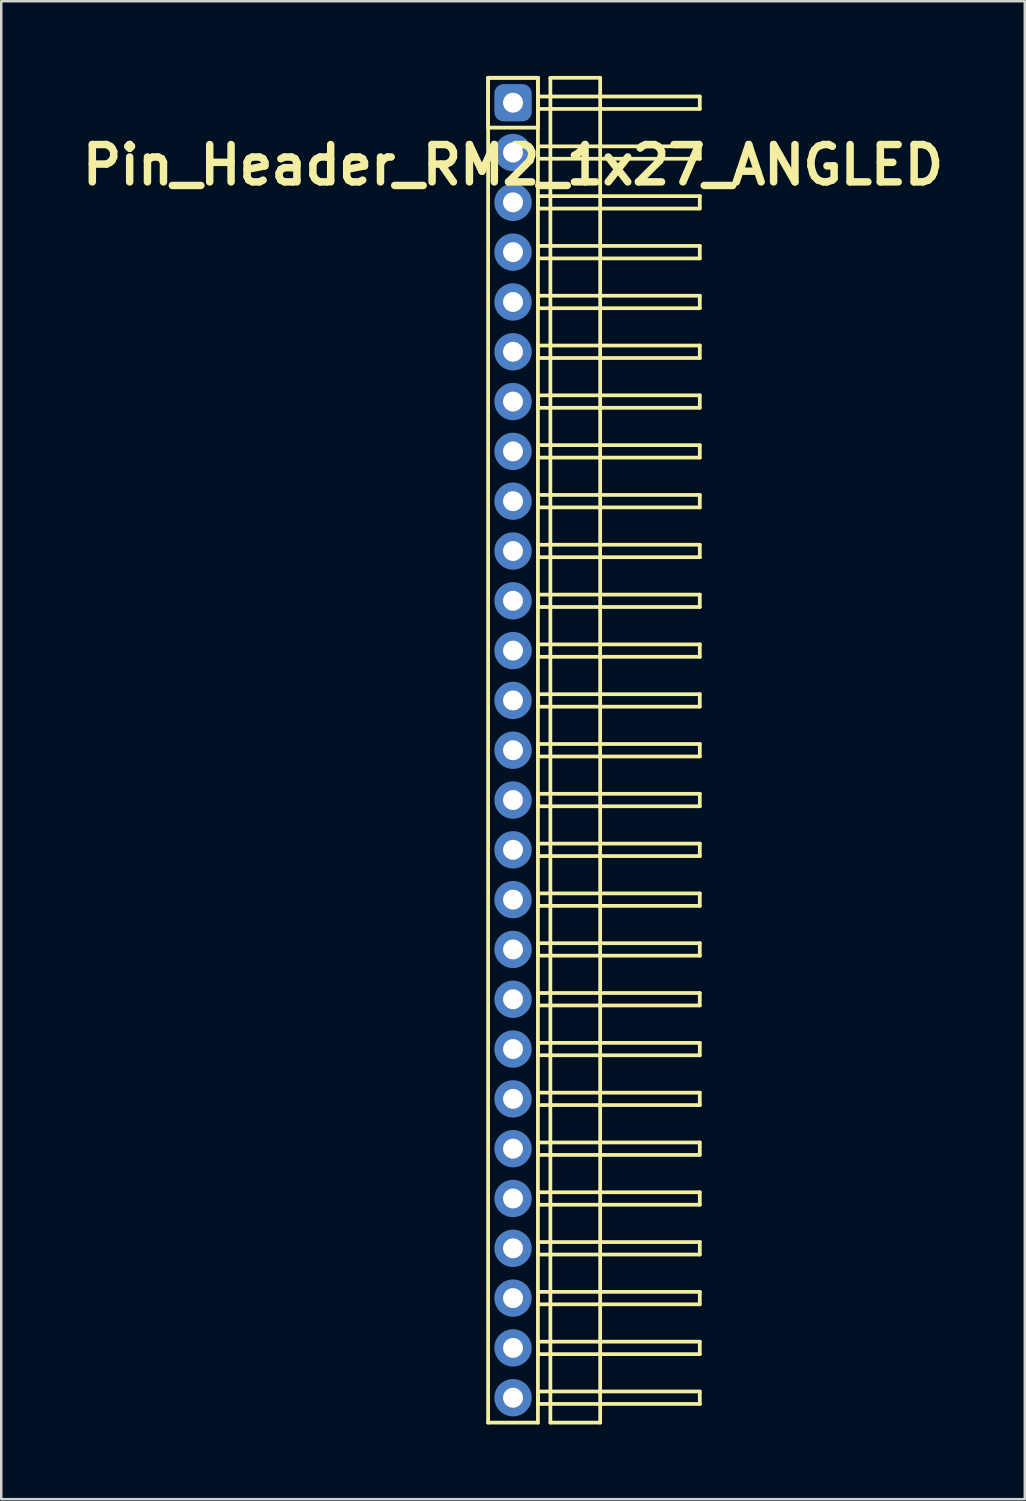
<source format=kicad_pcb>
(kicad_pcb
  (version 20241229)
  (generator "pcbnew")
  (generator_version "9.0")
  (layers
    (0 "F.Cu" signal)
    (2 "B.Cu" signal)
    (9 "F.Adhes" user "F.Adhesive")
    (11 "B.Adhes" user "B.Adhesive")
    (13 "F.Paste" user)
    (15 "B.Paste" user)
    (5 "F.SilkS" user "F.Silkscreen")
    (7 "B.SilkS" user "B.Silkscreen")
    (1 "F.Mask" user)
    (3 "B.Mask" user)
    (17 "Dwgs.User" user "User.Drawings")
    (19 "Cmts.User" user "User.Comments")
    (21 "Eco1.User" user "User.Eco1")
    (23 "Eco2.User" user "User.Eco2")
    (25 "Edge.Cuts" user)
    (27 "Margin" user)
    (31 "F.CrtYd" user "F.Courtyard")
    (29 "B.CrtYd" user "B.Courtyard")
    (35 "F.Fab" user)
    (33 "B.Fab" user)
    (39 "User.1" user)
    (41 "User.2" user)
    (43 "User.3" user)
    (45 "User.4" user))
  (footprint "Pin_Header_RM2_1x27_ANGLED"
    (layer "F.Cu")
    (at 17.55 1.075)
    (property "Reference" "Pin_Header_RM2_1x27_ANGLED" (at 0 2.5 0) (layer "F.SilkS") (effects (font (size 1.5 1.5) (thickness 0.3))))
    (attr through_hole)
    (fp_line (start -1 -1) (end 1 -1) (stroke (width 0.15) (type solid)) (layer "F.SilkS"))
    (fp_line (start -1 -1) (end 1 -1) (stroke (width 0.15) (type solid)) (layer "F.SilkS"))
    (fp_line (start -1 1) (end -1 -1) (stroke (width 0.15) (type solid)) (layer "F.SilkS"))
    (fp_line (start -1 53) (end -1 -1) (stroke (width 0.15) (type solid)) (layer "F.SilkS"))
    (fp_line (start 1 -1) (end 1 1) (stroke (width 0.15) (type solid)) (layer "F.SilkS"))
    (fp_line (start 1 -1) (end 1 53) (stroke (width 0.15) (type solid)) (layer "F.SilkS"))
    (fp_line (start 1 -0.25) (end 7.5 -0.25) (stroke (width 0.15) (type solid)) (layer "F.SilkS"))
    (fp_line (start 1 0.25) (end 1 -0.25) (stroke (width 0.15) (type solid)) (layer "F.SilkS"))
    (fp_line (start 1 1) (end -1 1) (stroke (width 0.15) (type solid)) (layer "F.SilkS"))
    (fp_line (start 1 1.75) (end 7.5 1.75) (stroke (width 0.15) (type solid)) (layer "F.SilkS"))
    (fp_line (start 1 2.25) (end 1 1.75) (stroke (width 0.15) (type solid)) (layer "F.SilkS"))
    (fp_line (start 1 3.75) (end 7.5 3.75) (stroke (width 0.15) (type solid)) (layer "F.SilkS"))
    (fp_line (start 1 4.25) (end 1 3.75) (stroke (width 0.15) (type solid)) (layer "F.SilkS"))
    (fp_line (start 1 5.75) (end 7.5 5.75) (stroke (width 0.15) (type solid)) (layer "F.SilkS"))
    (fp_line (start 1 6.25) (end 1 5.75) (stroke (width 0.15) (type solid)) (layer "F.SilkS"))
    (fp_line (start 1 7.75) (end 7.5 7.75) (stroke (width 0.15) (type solid)) (layer "F.SilkS"))
    (fp_line (start 1 8.25) (end 1 7.75) (stroke (width 0.15) (type solid)) (layer "F.SilkS"))
    (fp_line (start 1 9.75) (end 7.5 9.75) (stroke (width 0.15) (type solid)) (layer "F.SilkS"))
    (fp_line (start 1 10.25) (end 1 9.75) (stroke (width 0.15) (type solid)) (layer "F.SilkS"))
    (fp_line (start 1 11.75) (end 7.5 11.75) (stroke (width 0.15) (type solid)) (layer "F.SilkS"))
    (fp_line (start 1 12.25) (end 1 11.75) (stroke (width 0.15) (type solid)) (layer "F.SilkS"))
    (fp_line (start 1 13.75) (end 7.5 13.75) (stroke (width 0.15) (type solid)) (layer "F.SilkS"))
    (fp_line (start 1 14.25) (end 1 13.75) (stroke (width 0.15) (type solid)) (layer "F.SilkS"))
    (fp_line (start 1 15.75) (end 7.5 15.75) (stroke (width 0.15) (type solid)) (layer "F.SilkS"))
    (fp_line (start 1 16.25) (end 1 15.75) (stroke (width 0.15) (type solid)) (layer "F.SilkS"))
    (fp_line (start 1 17.75) (end 7.5 17.75) (stroke (width 0.15) (type solid)) (layer "F.SilkS"))
    (fp_line (start 1 18.25) (end 1 17.75) (stroke (width 0.15) (type solid)) (layer "F.SilkS"))
    (fp_line (start 1 19.75) (end 7.5 19.75) (stroke (width 0.15) (type solid)) (layer "F.SilkS"))
    (fp_line (start 1 20.25) (end 1 19.75) (stroke (width 0.15) (type solid)) (layer "F.SilkS"))
    (fp_line (start 1 21.75) (end 7.5 21.75) (stroke (width 0.15) (type solid)) (layer "F.SilkS"))
    (fp_line (start 1 22.25) (end 1 21.75) (stroke (width 0.15) (type solid)) (layer "F.SilkS"))
    (fp_line (start 1 23.75) (end 7.5 23.75) (stroke (width 0.15) (type solid)) (layer "F.SilkS"))
    (fp_line (start 1 24.25) (end 1 23.75) (stroke (width 0.15) (type solid)) (layer "F.SilkS"))
    (fp_line (start 1 25.75) (end 7.5 25.75) (stroke (width 0.15) (type solid)) (layer "F.SilkS"))
    (fp_line (start 1 26.25) (end 1 25.75) (stroke (width 0.15) (type solid)) (layer "F.SilkS"))
    (fp_line (start 1 27.75) (end 7.5 27.75) (stroke (width 0.15) (type solid)) (layer "F.SilkS"))
    (fp_line (start 1 28.25) (end 1 27.75) (stroke (width 0.15) (type solid)) (layer "F.SilkS"))
    (fp_line (start 1 29.75) (end 7.5 29.75) (stroke (width 0.15) (type solid)) (layer "F.SilkS"))
    (fp_line (start 1 30.25) (end 1 29.75) (stroke (width 0.15) (type solid)) (layer "F.SilkS"))
    (fp_line (start 1 31.75) (end 7.5 31.75) (stroke (width 0.15) (type solid)) (layer "F.SilkS"))
    (fp_line (start 1 32.25) (end 1 31.75) (stroke (width 0.15) (type solid)) (layer "F.SilkS"))
    (fp_line (start 1 33.75) (end 7.5 33.75) (stroke (width 0.15) (type solid)) (layer "F.SilkS"))
    (fp_line (start 1 34.25) (end 1 33.75) (stroke (width 0.15) (type solid)) (layer "F.SilkS"))
    (fp_line (start 1 35.75) (end 7.5 35.75) (stroke (width 0.15) (type solid)) (layer "F.SilkS"))
    (fp_line (start 1 36.25) (end 1 35.75) (stroke (width 0.15) (type solid)) (layer "F.SilkS"))
    (fp_line (start 1 37.75) (end 7.5 37.75) (stroke (width 0.15) (type solid)) (layer "F.SilkS"))
    (fp_line (start 1 38.25) (end 1 37.75) (stroke (width 0.15) (type solid)) (layer "F.SilkS"))
    (fp_line (start 1 39.75) (end 7.5 39.75) (stroke (width 0.15) (type solid)) (layer "F.SilkS"))
    (fp_line (start 1 40.25) (end 1 39.75) (stroke (width 0.15) (type solid)) (layer "F.SilkS"))
    (fp_line (start 1 41.75) (end 7.5 41.75) (stroke (width 0.15) (type solid)) (layer "F.SilkS"))
    (fp_line (start 1 42.25) (end 1 41.75) (stroke (width 0.15) (type solid)) (layer "F.SilkS"))
    (fp_line (start 1 43.75) (end 7.5 43.75) (stroke (width 0.15) (type solid)) (layer "F.SilkS"))
    (fp_line (start 1 44.25) (end 1 43.75) (stroke (width 0.15) (type solid)) (layer "F.SilkS"))
    (fp_line (start 1 45.75) (end 7.5 45.75) (stroke (width 0.15) (type solid)) (layer "F.SilkS"))
    (fp_line (start 1 46.25) (end 1 45.75) (stroke (width 0.15) (type solid)) (layer "F.SilkS"))
    (fp_line (start 1 47.75) (end 7.5 47.75) (stroke (width 0.15) (type solid)) (layer "F.SilkS"))
    (fp_line (start 1 48.25) (end 1 47.75) (stroke (width 0.15) (type solid)) (layer "F.SilkS"))
    (fp_line (start 1 49.75) (end 7.5 49.75) (stroke (width 0.15) (type solid)) (layer "F.SilkS"))
    (fp_line (start 1 50.25) (end 1 49.75) (stroke (width 0.15) (type solid)) (layer "F.SilkS"))
    (fp_line (start 1 51.75) (end 7.5 51.75) (stroke (width 0.15) (type solid)) (layer "F.SilkS"))
    (fp_line (start 1 52.25) (end 1 51.75) (stroke (width 0.15) (type solid)) (layer "F.SilkS"))
    (fp_line (start 1 53) (end -1 53) (stroke (width 0.15) (type solid)) (layer "F.SilkS"))
    (fp_line (start 1.5 -1) (end 3.5 -1) (stroke (width 0.15) (type solid)) (layer "F.SilkS"))
    (fp_line (start 1.5 53) (end 1.5 -1) (stroke (width 0.15) (type solid)) (layer "F.SilkS"))
    (fp_line (start 3.5 -1) (end 3.5 53) (stroke (width 0.15) (type solid)) (layer "F.SilkS"))
    (fp_line (start 3.5 53) (end 1.5 53) (stroke (width 0.15) (type solid)) (layer "F.SilkS"))
    (fp_line (start 7.5 -0.25) (end 7.5 0.25) (stroke (width 0.15) (type solid)) (layer "F.SilkS"))
    (fp_line (start 7.5 0.25) (end 1 0.25) (stroke (width 0.15) (type solid)) (layer "F.SilkS"))
    (fp_line (start 7.5 1.75) (end 7.5 2.25) (stroke (width 0.15) (type solid)) (layer "F.SilkS"))
    (fp_line (start 7.5 2.25) (end 1 2.25) (stroke (width 0.15) (type solid)) (layer "F.SilkS"))
    (fp_line (start 7.5 3.75) (end 7.5 4.25) (stroke (width 0.15) (type solid)) (layer "F.SilkS"))
    (fp_line (start 7.5 4.25) (end 1 4.25) (stroke (width 0.15) (type solid)) (layer "F.SilkS"))
    (fp_line (start 7.5 5.75) (end 7.5 6.25) (stroke (width 0.15) (type solid)) (layer "F.SilkS"))
    (fp_line (start 7.5 6.25) (end 1 6.25) (stroke (width 0.15) (type solid)) (layer "F.SilkS"))
    (fp_line (start 7.5 7.75) (end 7.5 8.25) (stroke (width 0.15) (type solid)) (layer "F.SilkS"))
    (fp_line (start 7.5 8.25) (end 1 8.25) (stroke (width 0.15) (type solid)) (layer "F.SilkS"))
    (fp_line (start 7.5 9.75) (end 7.5 10.25) (stroke (width 0.15) (type solid)) (layer "F.SilkS"))
    (fp_line (start 7.5 10.25) (end 1 10.25) (stroke (width 0.15) (type solid)) (layer "F.SilkS"))
    (fp_line (start 7.5 11.75) (end 7.5 12.25) (stroke (width 0.15) (type solid)) (layer "F.SilkS"))
    (fp_line (start 7.5 12.25) (end 1 12.25) (stroke (width 0.15) (type solid)) (layer "F.SilkS"))
    (fp_line (start 7.5 13.75) (end 7.5 14.25) (stroke (width 0.15) (type solid)) (layer "F.SilkS"))
    (fp_line (start 7.5 14.25) (end 1 14.25) (stroke (width 0.15) (type solid)) (layer "F.SilkS"))
    (fp_line (start 7.5 15.75) (end 7.5 16.25) (stroke (width 0.15) (type solid)) (layer "F.SilkS"))
    (fp_line (start 7.5 16.25) (end 1 16.25) (stroke (width 0.15) (type solid)) (layer "F.SilkS"))
    (fp_line (start 7.5 17.75) (end 7.5 18.25) (stroke (width 0.15) (type solid)) (layer "F.SilkS"))
    (fp_line (start 7.5 18.25) (end 1 18.25) (stroke (width 0.15) (type solid)) (layer "F.SilkS"))
    (fp_line (start 7.5 19.75) (end 7.5 20.25) (stroke (width 0.15) (type solid)) (layer "F.SilkS"))
    (fp_line (start 7.5 20.25) (end 1 20.25) (stroke (width 0.15) (type solid)) (layer "F.SilkS"))
    (fp_line (start 7.5 21.75) (end 7.5 22.25) (stroke (width 0.15) (type solid)) (layer "F.SilkS"))
    (fp_line (start 7.5 22.25) (end 1 22.25) (stroke (width 0.15) (type solid)) (layer "F.SilkS"))
    (fp_line (start 7.5 23.75) (end 7.5 24.25) (stroke (width 0.15) (type solid)) (layer "F.SilkS"))
    (fp_line (start 7.5 24.25) (end 1 24.25) (stroke (width 0.15) (type solid)) (layer "F.SilkS"))
    (fp_line (start 7.5 25.75) (end 7.5 26.25) (stroke (width 0.15) (type solid)) (layer "F.SilkS"))
    (fp_line (start 7.5 26.25) (end 1 26.25) (stroke (width 0.15) (type solid)) (layer "F.SilkS"))
    (fp_line (start 7.5 27.75) (end 7.5 28.25) (stroke (width 0.15) (type solid)) (layer "F.SilkS"))
    (fp_line (start 7.5 28.25) (end 1 28.25) (stroke (width 0.15) (type solid)) (layer "F.SilkS"))
    (fp_line (start 7.5 29.75) (end 7.5 30.25) (stroke (width 0.15) (type solid)) (layer "F.SilkS"))
    (fp_line (start 7.5 30.25) (end 1 30.25) (stroke (width 0.15) (type solid)) (layer "F.SilkS"))
    (fp_line (start 7.5 31.75) (end 7.5 32.25) (stroke (width 0.15) (type solid)) (layer "F.SilkS"))
    (fp_line (start 7.5 32.25) (end 1 32.25) (stroke (width 0.15) (type solid)) (layer "F.SilkS"))
    (fp_line (start 7.5 33.75) (end 7.5 34.25) (stroke (width 0.15) (type solid)) (layer "F.SilkS"))
    (fp_line (start 7.5 34.25) (end 1 34.25) (stroke (width 0.15) (type solid)) (layer "F.SilkS"))
    (fp_line (start 7.5 35.75) (end 7.5 36.25) (stroke (width 0.15) (type solid)) (layer "F.SilkS"))
    (fp_line (start 7.5 36.25) (end 1 36.25) (stroke (width 0.15) (type solid)) (layer "F.SilkS"))
    (fp_line (start 7.5 37.75) (end 7.5 38.25) (stroke (width 0.15) (type solid)) (layer "F.SilkS"))
    (fp_line (start 7.5 38.25) (end 1 38.25) (stroke (width 0.15) (type solid)) (layer "F.SilkS"))
    (fp_line (start 7.5 39.75) (end 7.5 40.25) (stroke (width 0.15) (type solid)) (layer "F.SilkS"))
    (fp_line (start 7.5 40.25) (end 1 40.25) (stroke (width 0.15) (type solid)) (layer "F.SilkS"))
    (fp_line (start 7.5 41.75) (end 7.5 42.25) (stroke (width 0.15) (type solid)) (layer "F.SilkS"))
    (fp_line (start 7.5 42.25) (end 1 42.25) (stroke (width 0.15) (type solid)) (layer "F.SilkS"))
    (fp_line (start 7.5 43.75) (end 7.5 44.25) (stroke (width 0.15) (type solid)) (layer "F.SilkS"))
    (fp_line (start 7.5 44.25) (end 1 44.25) (stroke (width 0.15) (type solid)) (layer "F.SilkS"))
    (fp_line (start 7.5 45.75) (end 7.5 46.25) (stroke (width 0.15) (type solid)) (layer "F.SilkS"))
    (fp_line (start 7.5 46.25) (end 1 46.25) (stroke (width 0.15) (type solid)) (layer "F.SilkS"))
    (fp_line (start 7.5 47.75) (end 7.5 48.25) (stroke (width 0.15) (type solid)) (layer "F.SilkS"))
    (fp_line (start 7.5 48.25) (end 1 48.25) (stroke (width 0.15) (type solid)) (layer "F.SilkS"))
    (fp_line (start 7.5 49.75) (end 7.5 50.25) (stroke (width 0.15) (type solid)) (layer "F.SilkS"))
    (fp_line (start 7.5 50.25) (end 1 50.25) (stroke (width 0.15) (type solid)) (layer "F.SilkS"))
    (fp_line (start 7.5 51.75) (end 7.5 52.25) (stroke (width 0.15) (type solid)) (layer "F.SilkS"))
    (fp_line (start 7.5 52.25) (end 1 52.25) (stroke (width 0.15) (type solid)) (layer "F.SilkS"))
    (pad "1" thru_hole circle (at 0 0) (size 1.1 1.1) (drill 0.8) (layers "*.Cu" "*.Mask"))
    (pad "1" smd roundrect (at 0 0) (size 1.25 1.25) (layers "F.Cu" "F.Mask") (roundrect_rratio 0.25))
    (pad "1" smd roundrect (at 0 0) (size 1.5 1.5) (layers "B.Cu" "B.Mask") (roundrect_rratio 0.25))
    (pad "2" thru_hole circle (at 0 2) (size 1.1 1.1) (drill 0.8) (layers "*.Cu" "*.Mask"))
    (pad "2" smd circle (at 0 2) (size 1.25 1.25) (layers "F.Cu" "F.Mask"))
    (pad "2" smd circle (at 0 2) (size 1.5 1.5) (layers "B.Cu" "B.Mask"))
    (pad "3" thru_hole circle (at 0 4) (size 1.1 1.1) (drill 0.8) (layers "*.Cu" "*.Mask"))
    (pad "3" smd circle (at 0 4) (size 1.25 1.25) (layers "F.Cu" "F.Mask"))
    (pad "3" smd circle (at 0 4) (size 1.5 1.5) (layers "B.Cu" "B.Mask"))
    (pad "4" thru_hole circle (at 0 6) (size 1.1 1.1) (drill 0.8) (layers "*.Cu" "*.Mask"))
    (pad "4" smd circle (at 0 6) (size 1.25 1.25) (layers "F.Cu" "F.Mask"))
    (pad "4" smd circle (at 0 6) (size 1.5 1.5) (layers "B.Cu" "B.Mask"))
    (pad "5" thru_hole circle (at 0 8) (size 1.1 1.1) (drill 0.8) (layers "*.Cu" "*.Mask"))
    (pad "5" smd circle (at 0 8) (size 1.25 1.25) (layers "F.Cu" "F.Mask"))
    (pad "5" smd circle (at 0 8) (size 1.5 1.5) (layers "B.Cu" "B.Mask"))
    (pad "6" thru_hole circle (at 0 10) (size 1.1 1.1) (drill 0.8) (layers "*.Cu" "*.Mask"))
    (pad "6" smd circle (at 0 10) (size 1.25 1.25) (layers "F.Cu" "F.Mask"))
    (pad "6" smd circle (at 0 10) (size 1.5 1.5) (layers "B.Cu" "B.Mask"))
    (pad "7" thru_hole circle (at 0 12) (size 1.1 1.1) (drill 0.8) (layers "*.Cu" "*.Mask"))
    (pad "7" smd circle (at 0 12) (size 1.25 1.25) (layers "F.Cu" "F.Mask"))
    (pad "7" smd circle (at 0 12) (size 1.5 1.5) (layers "B.Cu" "B.Mask"))
    (pad "8" thru_hole circle (at 0 14) (size 1.1 1.1) (drill 0.8) (layers "*.Cu" "*.Mask"))
    (pad "8" smd circle (at 0 14) (size 1.25 1.25) (layers "F.Cu" "F.Mask"))
    (pad "8" smd circle (at 0 14) (size 1.5 1.5) (layers "B.Cu" "B.Mask"))
    (pad "9" thru_hole circle (at 0 16) (size 1.1 1.1) (drill 0.8) (layers "*.Cu" "*.Mask"))
    (pad "9" smd circle (at 0 16) (size 1.25 1.25) (layers "F.Cu" "F.Mask"))
    (pad "9" smd circle (at 0 16) (size 1.5 1.5) (layers "B.Cu" "B.Mask"))
    (pad "10" thru_hole circle (at 0 18) (size 1.1 1.1) (drill 0.8) (layers "*.Cu" "*.Mask"))
    (pad "10" smd circle (at 0 18) (size 1.25 1.25) (layers "F.Cu" "F.Mask"))
    (pad "10" smd circle (at 0 18) (size 1.5 1.5) (layers "B.Cu" "B.Mask"))
    (pad "11" thru_hole circle (at 0 20) (size 1.1 1.1) (drill 0.8) (layers "*.Cu" "*.Mask"))
    (pad "11" smd circle (at 0 20) (size 1.25 1.25) (layers "F.Cu" "F.Mask"))
    (pad "11" smd circle (at 0 20) (size 1.5 1.5) (layers "B.Cu" "B.Mask"))
    (pad "12" thru_hole circle (at 0 22) (size 1.1 1.1) (drill 0.8) (layers "*.Cu" "*.Mask"))
    (pad "12" smd circle (at 0 22) (size 1.25 1.25) (layers "F.Cu" "F.Mask"))
    (pad "12" smd circle (at 0 22) (size 1.5 1.5) (layers "B.Cu" "B.Mask"))
    (pad "13" thru_hole circle (at 0 24) (size 1.1 1.1) (drill 0.8) (layers "*.Cu" "*.Mask"))
    (pad "13" smd circle (at 0 24) (size 1.25 1.25) (layers "F.Cu" "F.Mask"))
    (pad "13" smd circle (at 0 24) (size 1.5 1.5) (layers "B.Cu" "B.Mask"))
    (pad "14" thru_hole circle (at 0 26) (size 1.1 1.1) (drill 0.8) (layers "*.Cu" "*.Mask"))
    (pad "14" smd circle (at 0 26) (size 1.25 1.25) (layers "F.Cu" "F.Mask"))
    (pad "14" smd circle (at 0 26) (size 1.5 1.5) (layers "B.Cu" "B.Mask"))
    (pad "15" thru_hole circle (at 0 28) (size 1.1 1.1) (drill 0.8) (layers "*.Cu" "*.Mask"))
    (pad "15" smd circle (at 0 28) (size 1.25 1.25) (layers "F.Cu" "F.Mask"))
    (pad "15" smd circle (at 0 28) (size 1.5 1.5) (layers "B.Cu" "B.Mask"))
    (pad "16" thru_hole circle (at 0 30) (size 1.1 1.1) (drill 0.8) (layers "*.Cu" "*.Mask"))
    (pad "16" smd circle (at 0 30) (size 1.25 1.25) (layers "F.Cu" "F.Mask"))
    (pad "16" smd circle (at 0 30) (size 1.5 1.5) (layers "B.Cu" "B.Mask"))
    (pad "17" thru_hole circle (at 0 32) (size 1.1 1.1) (drill 0.8) (layers "*.Cu" "*.Mask"))
    (pad "17" smd circle (at 0 32) (size 1.25 1.25) (layers "F.Cu" "F.Mask"))
    (pad "17" smd circle (at 0 32) (size 1.5 1.5) (layers "B.Cu" "B.Mask"))
    (pad "18" thru_hole circle (at 0 34) (size 1.1 1.1) (drill 0.8) (layers "*.Cu" "*.Mask"))
    (pad "18" smd circle (at 0 34) (size 1.25 1.25) (layers "F.Cu" "F.Mask"))
    (pad "18" smd circle (at 0 34) (size 1.5 1.5) (layers "B.Cu" "B.Mask"))
    (pad "19" thru_hole circle (at 0 36) (size 1.1 1.1) (drill 0.8) (layers "*.Cu" "*.Mask"))
    (pad "19" smd circle (at 0 36) (size 1.25 1.25) (layers "F.Cu" "F.Mask"))
    (pad "19" smd circle (at 0 36) (size 1.5 1.5) (layers "B.Cu" "B.Mask"))
    (pad "20" thru_hole circle (at 0 38) (size 1.1 1.1) (drill 0.8) (layers "*.Cu" "*.Mask"))
    (pad "20" smd circle (at 0 38) (size 1.25 1.25) (layers "F.Cu" "F.Mask"))
    (pad "20" smd circle (at 0 38) (size 1.5 1.5) (layers "B.Cu" "B.Mask"))
    (pad "21" thru_hole circle (at 0 40) (size 1.1 1.1) (drill 0.8) (layers "*.Cu" "*.Mask"))
    (pad "21" smd circle (at 0 40) (size 1.25 1.25) (layers "F.Cu" "F.Mask"))
    (pad "21" smd circle (at 0 40) (size 1.5 1.5) (layers "B.Cu" "B.Mask"))
    (pad "22" thru_hole circle (at 0 42) (size 1.1 1.1) (drill 0.8) (layers "*.Cu" "*.Mask"))
    (pad "22" smd circle (at 0 42) (size 1.25 1.25) (layers "F.Cu" "F.Mask"))
    (pad "22" smd circle (at 0 42) (size 1.5 1.5) (layers "B.Cu" "B.Mask"))
    (pad "23" thru_hole circle (at 0 44) (size 1.1 1.1) (drill 0.8) (layers "*.Cu" "*.Mask"))
    (pad "23" smd circle (at 0 44) (size 1.25 1.25) (layers "F.Cu" "F.Mask"))
    (pad "23" smd circle (at 0 44) (size 1.5 1.5) (layers "B.Cu" "B.Mask"))
    (pad "24" thru_hole circle (at 0 46) (size 1.1 1.1) (drill 0.8) (layers "*.Cu" "*.Mask"))
    (pad "24" smd circle (at 0 46) (size 1.25 1.25) (layers "F.Cu" "F.Mask"))
    (pad "24" smd circle (at 0 46) (size 1.5 1.5) (layers "B.Cu" "B.Mask"))
    (pad "25" thru_hole circle (at 0 48) (size 1.1 1.1) (drill 0.8) (layers "*.Cu" "*.Mask"))
    (pad "25" smd circle (at 0 48) (size 1.25 1.25) (layers "F.Cu" "F.Mask"))
    (pad "25" smd circle (at 0 48) (size 1.5 1.5) (layers "B.Cu" "B.Mask"))
    (pad "26" thru_hole circle (at 0 50) (size 1.1 1.1) (drill 0.8) (layers "*.Cu" "*.Mask"))
    (pad "26" smd circle (at 0 50) (size 1.25 1.25) (layers "F.Cu" "F.Mask"))
    (pad "26" smd circle (at 0 50) (size 1.5 1.5) (layers "B.Cu" "B.Mask"))
    (pad "27" thru_hole circle (at 0 52) (size 1.1 1.1) (drill 0.8) (layers "*.Cu" "*.Mask"))
    (pad "27" smd circle (at 0 52) (size 1.25 1.25) (layers "F.Cu" "F.Mask"))
    (pad "27" smd circle (at 0 52) (size 1.5 1.5) (layers "B.Cu" "B.Mask")))
  (gr_rect
    (start -3 -3)
    (end 38.1 57.15)
    (stroke (width 0.1) (type default))
    (fill no)
    (layer "Edge.Cuts")))
</source>
